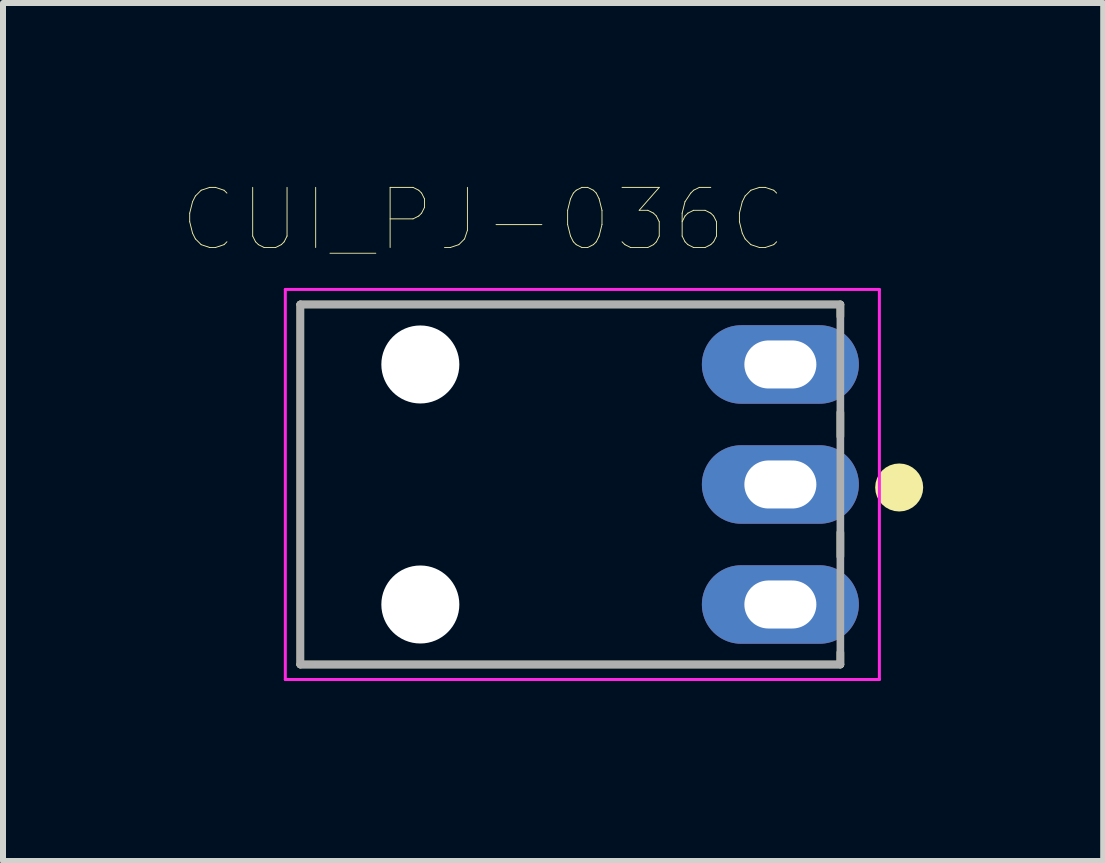
<source format=kicad_pcb>
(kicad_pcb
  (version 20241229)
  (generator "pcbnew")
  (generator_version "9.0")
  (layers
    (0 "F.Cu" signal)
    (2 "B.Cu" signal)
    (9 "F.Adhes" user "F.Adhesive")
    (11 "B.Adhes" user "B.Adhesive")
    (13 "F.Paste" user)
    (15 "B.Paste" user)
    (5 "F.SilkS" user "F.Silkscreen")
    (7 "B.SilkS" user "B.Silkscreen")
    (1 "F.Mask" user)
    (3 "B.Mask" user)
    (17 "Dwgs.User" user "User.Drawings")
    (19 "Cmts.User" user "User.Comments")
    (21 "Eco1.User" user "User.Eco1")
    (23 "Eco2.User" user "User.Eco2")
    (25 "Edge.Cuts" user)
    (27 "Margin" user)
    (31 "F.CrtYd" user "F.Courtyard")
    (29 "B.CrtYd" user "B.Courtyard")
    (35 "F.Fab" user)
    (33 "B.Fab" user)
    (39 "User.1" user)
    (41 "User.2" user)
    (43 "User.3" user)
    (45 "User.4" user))
  (footprint "CUI_PJ-036C"
    (layer "F.Cu")
    (at 9.955 5.024)
    (property "Reference" "CUI_PJ-036C" (at -4.953 -4.412 0) (layer "F.SilkS") (effects (font (size 1.002 1.002) (thickness 0.015))))
    (attr through_hole)
    (fp_line (start -8 -3) (end -8 3) (stroke (width 0.127) (type solid)) (layer "F.SilkS"))
    (fp_line (start -8 3) (end 1 3) (stroke (width 0.127) (type solid)) (layer "F.SilkS"))
    (fp_line (start 1 -3) (end -8 -3) (stroke (width 0.127) (type solid)) (layer "F.SilkS"))
    (fp_line (start 1 -2.8) (end 1 -3) (stroke (width 0.127) (type solid)) (layer "F.SilkS"))
    (fp_line (start 1 -0.8) (end 1 -1.2) (stroke (width 0.127) (type solid)) (layer "F.SilkS"))
    (fp_line (start 1 1.2) (end 1 0.8) (stroke (width 0.127) (type solid)) (layer "F.SilkS"))
    (fp_line (start 1 3) (end 1 2.8) (stroke (width 0.127) (type solid)) (layer "F.SilkS"))
    (fp_circle (center 1.98 0.05) (end 2.18 0.05) (stroke (width 0.4) (type solid)) (fill no) (layer "F.SilkS"))
    (fp_line (start -8.25 -3.25) (end -8.25 3.25) (stroke (width 0.05) (type solid)) (layer "F.CrtYd"))
    (fp_line (start -8.25 3.25) (end 1.65 3.25) (stroke (width 0.05) (type solid)) (layer "F.CrtYd"))
    (fp_line (start 1.65 -3.25) (end -8.25 -3.25) (stroke (width 0.05) (type solid)) (layer "F.CrtYd"))
    (fp_line (start 1.65 3.25) (end 1.65 -3.25) (stroke (width 0.05) (type solid)) (layer "F.CrtYd"))
    (fp_line (start -8 -3) (end -8 3) (stroke (width 0.127) (type solid)) (layer "F.Fab"))
    (fp_line (start -8 3) (end 1 3) (stroke (width 0.127) (type solid)) (layer "F.Fab"))
    (fp_line (start 1 -3) (end -8 -3) (stroke (width 0.127) (type solid)) (layer "F.Fab"))
    (fp_line (start 1 3) (end 1 -3) (stroke (width 0.127) (type solid)) (layer "F.Fab"))
    (pad "" np_thru_hole circle (at -6 -2) (size 1.3 1.3) (drill 1.3) (layers "*.Cu" "*.Mask"))
    (pad "" np_thru_hole circle (at -6 2) (size 1.3 1.3) (drill 1.3) (layers "*.Cu" "*.Mask"))
    (pad "1" thru_hole oval (at 0 0) (size 2.616 1.308) (drill oval 1.2 0.8) (layers "*.Cu" "*.Mask"))
    (pad "2" thru_hole oval (at 0 2) (size 2.616 1.308) (drill oval 1.2 0.8) (layers "*.Cu" "*.Mask"))
    (pad "3" thru_hole oval (at 0 -2) (size 2.616 1.308) (drill oval 1.2 0.8) (layers "*.Cu" "*.Mask")))
  (gr_rect
    (start -3 -3)
    (end 15.335 11.299)
    (stroke (width 0.1) (type default))
    (fill no)
    (layer "Edge.Cuts")))
</source>
